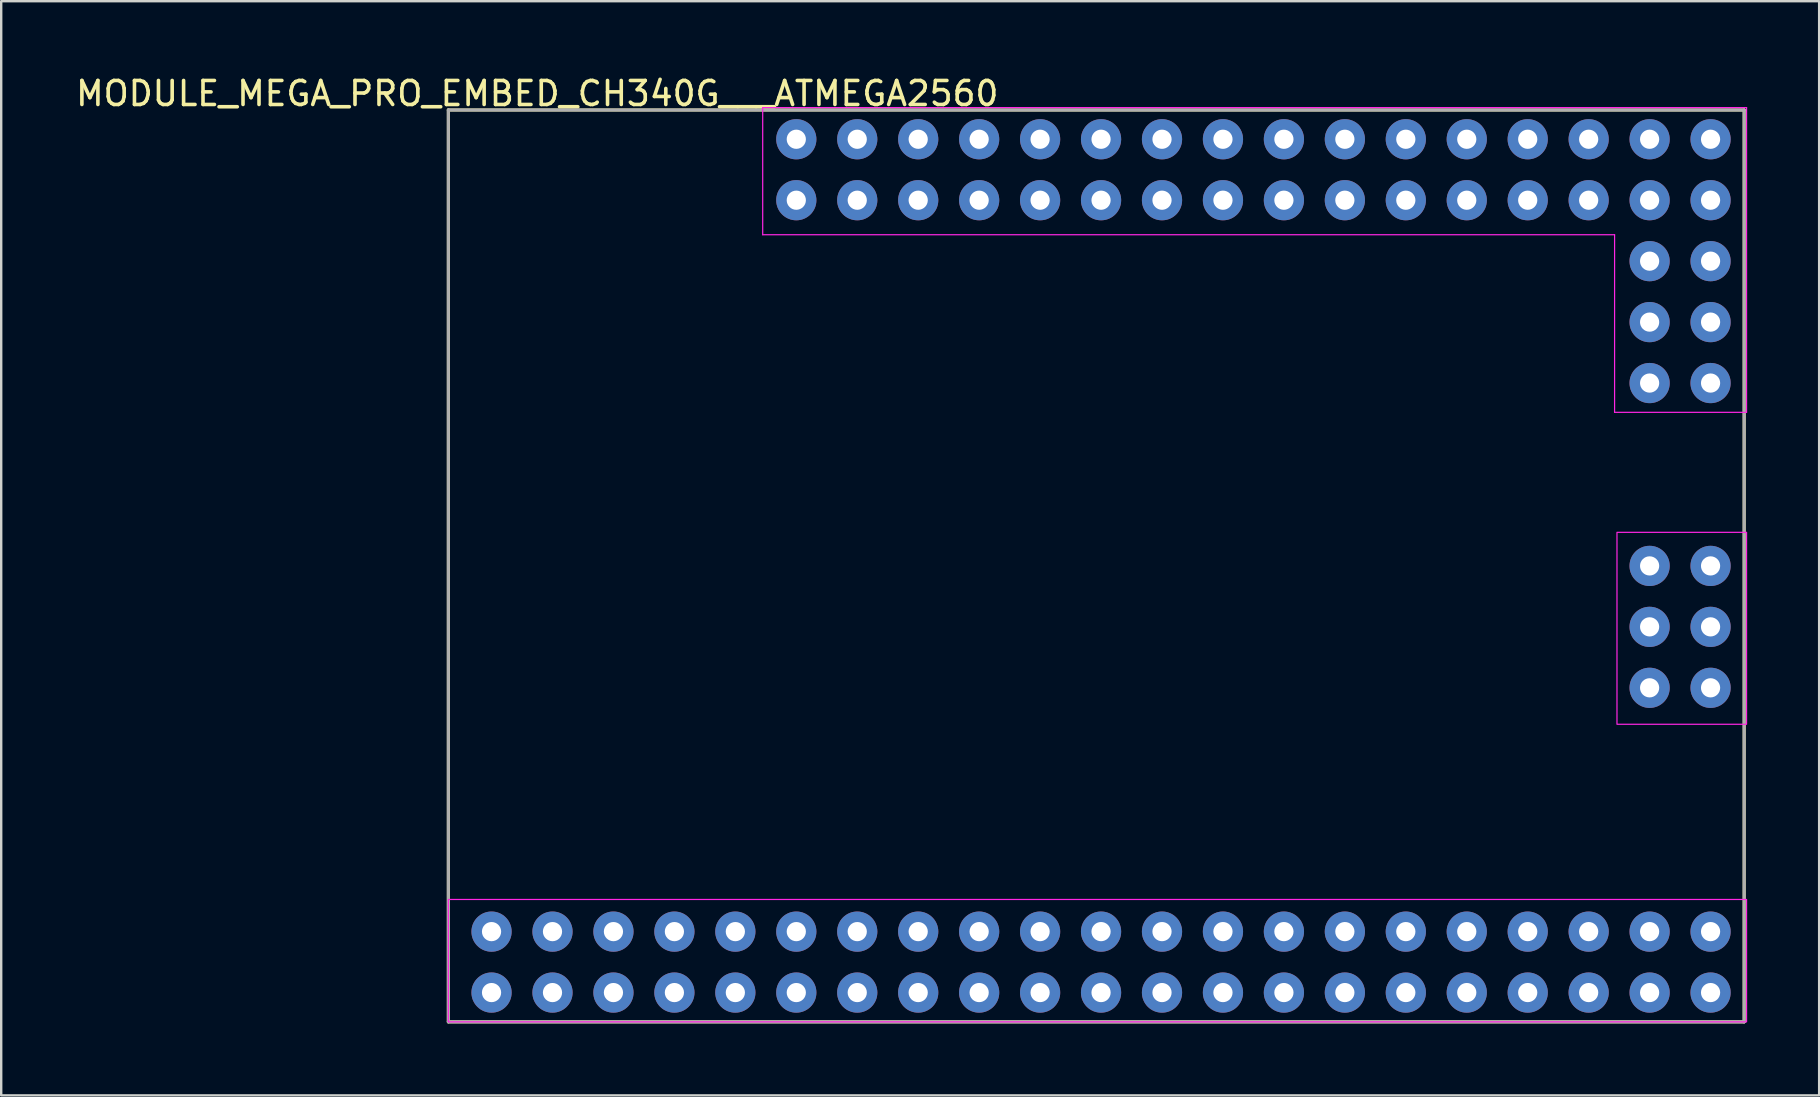
<source format=kicad_pcb>
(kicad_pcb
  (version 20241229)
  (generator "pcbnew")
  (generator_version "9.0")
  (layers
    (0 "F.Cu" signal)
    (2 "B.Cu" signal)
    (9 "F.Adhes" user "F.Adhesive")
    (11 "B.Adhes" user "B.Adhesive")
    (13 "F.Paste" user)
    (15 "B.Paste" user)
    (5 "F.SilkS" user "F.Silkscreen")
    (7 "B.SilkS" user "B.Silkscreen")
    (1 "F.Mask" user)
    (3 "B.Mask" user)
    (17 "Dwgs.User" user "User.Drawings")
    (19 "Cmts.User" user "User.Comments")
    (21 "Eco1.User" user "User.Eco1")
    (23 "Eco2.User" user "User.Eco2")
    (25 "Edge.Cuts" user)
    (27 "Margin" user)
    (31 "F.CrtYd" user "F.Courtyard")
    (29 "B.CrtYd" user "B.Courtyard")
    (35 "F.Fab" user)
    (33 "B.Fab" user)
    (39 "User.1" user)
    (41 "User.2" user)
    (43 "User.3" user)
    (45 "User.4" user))
  (footprint "MODULE_MEGA_PRO_EMBED_CH340G___ATMEGA2560"
    (layer "F.Cu")
    (at 42.634 20.533)
    (property "Reference" "MODULE_MEGA_PRO_EMBED_CH340G___ATMEGA2560" (at -23.295 -19.685 0) (layer "F.SilkS") (effects (font (size 1 1) (thickness 0.15))))
    (attr through_hole)
    (fp_line (start -27 -19) (end 27 -19) (stroke (width 0.127) (type solid)) (layer "F.SilkS"))
    (fp_line (start -27 19) (end -27 -19) (stroke (width 0.127) (type solid)) (layer "F.SilkS"))
    (fp_line (start -27 19) (end 27 19) (stroke (width 0.127) (type solid)) (layer "F.SilkS"))
    (fp_line (start 27 19) (end 27 -19) (stroke (width 0.127) (type solid)) (layer "F.SilkS"))
    (fp_line (start -13.9 -19.1) (end -13.9 -13.8) (stroke (width 0.05) (type solid)) (layer "F.CrtYd"))
    (fp_line (start -13.9 -13.8) (end 21.6 -13.8) (stroke (width 0.05) (type solid)) (layer "F.CrtYd"))
    (fp_line (start 21.6 -13.8) (end 21.6 -6.4) (stroke (width 0.05) (type solid)) (layer "F.CrtYd"))
    (fp_line (start 21.6 -6.4) (end 27.1 -6.4) (stroke (width 0.05) (type solid)) (layer "F.CrtYd"))
    (fp_line (start 27.1 -19.1) (end -13.9 -19.1) (stroke (width 0.05) (type solid)) (layer "F.CrtYd"))
    (fp_line (start 27.1 -6.4) (end 27.1 -19.1) (stroke (width 0.05) (type solid)) (layer "F.CrtYd"))
    (fp_rect (start -27 13.9) (end 27.1 19) (stroke (width 0.05) (type solid)) (fill no) (layer "F.CrtYd"))
    (fp_rect (start 21.7 -1.4) (end 27.1 6.6) (stroke (width 0.05) (type solid)) (fill no) (layer "F.CrtYd"))
    (fp_line (start -27 -19) (end 27 -19) (stroke (width 0.127) (type solid)) (layer "F.Fab"))
    (fp_line (start -27 19) (end -27 -19) (stroke (width 0.127) (type solid)) (layer "F.Fab"))
    (fp_line (start -27 19) (end 27 19) (stroke (width 0.127) (type solid)) (layer "F.Fab"))
    (fp_line (start 27 19) (end 27 -19) (stroke (width 0.127) (type solid)) (layer "F.Fab"))
    (pad "3V3_1" thru_hole circle (at -17.58 17.78) (size 1.676 1.676) (drill 0.8) (layers "*.Cu" "*.Mask"))
    (pad "3V3_2" thru_hole circle (at -17.58 15.24) (size 1.676 1.676) (drill 0.8) (layers "*.Cu" "*.Mask"))
    (pad "5V_1" thru_hole circle (at -20.12 17.78) (size 1.676 1.676) (drill 0.8) (layers "*.Cu" "*.Mask"))
    (pad "5V_2" thru_hole circle (at -20.12 15.24) (size 1.676 1.676) (drill 0.8) (layers "*.Cu" "*.Mask"))
    (pad "5V_3" thru_hole circle (at 25.6 0) (size 1.676 1.676) (drill 0.8) (layers "*.Cu" "*.Mask"))
    (pad "A0" thru_hole circle (at -12.5 -17.78) (size 1.676 1.676) (drill 0.8) (layers "*.Cu" "*.Mask"))
    (pad "A1" thru_hole circle (at -12.5 -15.24) (size 1.676 1.676) (drill 0.8) (layers "*.Cu" "*.Mask"))
    (pad "A2" thru_hole circle (at -9.96 -17.78) (size 1.676 1.676) (drill 0.8) (layers "*.Cu" "*.Mask"))
    (pad "A3" thru_hole circle (at -9.96 -15.24) (size 1.676 1.676) (drill 0.8) (layers "*.Cu" "*.Mask"))
    (pad "A4" thru_hole circle (at -7.42 -17.78) (size 1.676 1.676) (drill 0.8) (layers "*.Cu" "*.Mask"))
    (pad "A5" thru_hole circle (at -7.42 -15.24) (size 1.676 1.676) (drill 0.8) (layers "*.Cu" "*.Mask"))
    (pad "A6" thru_hole circle (at -4.88 -17.78) (size 1.676 1.676) (drill 0.8) (layers "*.Cu" "*.Mask"))
    (pad "A7" thru_hole circle (at -4.88 -15.24) (size 1.676 1.676) (drill 0.8) (layers "*.Cu" "*.Mask"))
    (pad "A8" thru_hole circle (at -2.34 -17.78) (size 1.676 1.676) (drill 0.8) (layers "*.Cu" "*.Mask"))
    (pad "A9" thru_hole circle (at -2.34 -15.24) (size 1.676 1.676) (drill 0.8) (layers "*.Cu" "*.Mask"))
    (pad "A10" thru_hole circle (at 0.2 -17.78) (size 1.676 1.676) (drill 0.8) (layers "*.Cu" "*.Mask"))
    (pad "A11" thru_hole circle (at 0.2 -15.24) (size 1.676 1.676) (drill 0.8) (layers "*.Cu" "*.Mask"))
    (pad "A12" thru_hole circle (at 2.74 -17.78) (size 1.676 1.676) (drill 0.8) (layers "*.Cu" "*.Mask"))
    (pad "A13" thru_hole circle (at 2.74 -15.24) (size 1.676 1.676) (drill 0.8) (layers "*.Cu" "*.Mask"))
    (pad "A14" thru_hole circle (at 5.28 -17.78) (size 1.676 1.676) (drill 0.8) (layers "*.Cu" "*.Mask"))
    (pad "A15" thru_hole circle (at 5.28 -15.24) (size 1.676 1.676) (drill 0.8) (layers "*.Cu" "*.Mask"))
    (pad "AREF" thru_hole circle (at -15.04 15.24) (size 1.676 1.676) (drill 0.8) (layers "*.Cu" "*.Mask"))
    (pad "D2" thru_hole circle (at -9.96 15.24) (size 1.676 1.676) (drill 0.8) (layers "*.Cu" "*.Mask"))
    (pad "D3" thru_hole circle (at -9.96 17.78) (size 1.676 1.676) (drill 0.8) (layers "*.Cu" "*.Mask"))
    (pad "D4" thru_hole circle (at -7.42 15.24) (size 1.676 1.676) (drill 0.8) (layers "*.Cu" "*.Mask"))
    (pad "D5" thru_hole circle (at -7.42 17.78) (size 1.676 1.676) (drill 0.8) (layers "*.Cu" "*.Mask"))
    (pad "D6" thru_hole circle (at -4.88 15.24) (size 1.676 1.676) (drill 0.8) (layers "*.Cu" "*.Mask"))
    (pad "D7" thru_hole circle (at -4.88 17.78) (size 1.676 1.676) (drill 0.8) (layers "*.Cu" "*.Mask"))
    (pad "D8" thru_hole circle (at -2.34 15.24) (size 1.676 1.676) (drill 0.8) (layers "*.Cu" "*.Mask"))
    (pad "D9" thru_hole circle (at -2.34 17.78) (size 1.676 1.676) (drill 0.8) (layers "*.Cu" "*.Mask"))
    (pad "D10" thru_hole circle (at 0.2 15.24) (size 1.676 1.676) (drill 0.8) (layers "*.Cu" "*.Mask"))
    (pad "D11" thru_hole circle (at 0.2 17.78) (size 1.676 1.676) (drill 0.8) (layers "*.Cu" "*.Mask"))
    (pad "D12" thru_hole circle (at 2.74 15.24) (size 1.676 1.676) (drill 0.8) (layers "*.Cu" "*.Mask"))
    (pad "D13" thru_hole circle (at 2.74 17.78) (size 1.676 1.676) (drill 0.8) (layers "*.Cu" "*.Mask"))
    (pad "D14" thru_hole circle (at 5.28 15.24) (size 1.676 1.676) (drill 0.8) (layers "*.Cu" "*.Mask"))
    (pad "D15" thru_hole circle (at 5.28 17.78) (size 1.676 1.676) (drill 0.8) (layers "*.Cu" "*.Mask"))
    (pad "D16" thru_hole circle (at 7.82 15.24) (size 1.676 1.676) (drill 0.8) (layers "*.Cu" "*.Mask"))
    (pad "D17" thru_hole circle (at 7.82 17.78) (size 1.676 1.676) (drill 0.8) (layers "*.Cu" "*.Mask"))
    (pad "D18" thru_hole circle (at 10.36 15.24) (size 1.676 1.676) (drill 0.8) (layers "*.Cu" "*.Mask"))
    (pad "D19" thru_hole circle (at 10.36 17.78) (size 1.676 1.676) (drill 0.8) (layers "*.Cu" "*.Mask"))
    (pad "D20" thru_hole circle (at 12.9 15.24) (size 1.676 1.676) (drill 0.8) (layers "*.Cu" "*.Mask"))
    (pad "D21" thru_hole circle (at 12.9 17.78) (size 1.676 1.676) (drill 0.8) (layers "*.Cu" "*.Mask"))
    (pad "D22" thru_hole circle (at 15.44 15.24) (size 1.676 1.676) (drill 0.8) (layers "*.Cu" "*.Mask"))
    (pad "D23" thru_hole circle (at 15.44 17.78) (size 1.676 1.676) (drill 0.8) (layers "*.Cu" "*.Mask"))
    (pad "D24" thru_hole circle (at 17.98 15.24) (size 1.676 1.676) (drill 0.8) (layers "*.Cu" "*.Mask"))
    (pad "D25" thru_hole circle (at 17.98 17.78) (size 1.676 1.676) (drill 0.8) (layers "*.Cu" "*.Mask"))
    (pad "D26" thru_hole circle (at 20.52 15.24) (size 1.676 1.676) (drill 0.8) (layers "*.Cu" "*.Mask"))
    (pad "D27" thru_hole circle (at 20.52 17.78) (size 1.676 1.676) (drill 0.8) (layers "*.Cu" "*.Mask"))
    (pad "D28" thru_hole circle (at 23.06 15.24) (size 1.676 1.676) (drill 0.8) (layers "*.Cu" "*.Mask"))
    (pad "D29" thru_hole circle (at 23.06 17.78) (size 1.676 1.676) (drill 0.8) (layers "*.Cu" "*.Mask"))
    (pad "D30" thru_hole circle (at 25.6 15.24) (size 1.676 1.676) (drill 0.8) (layers "*.Cu" "*.Mask"))
    (pad "D31" thru_hole circle (at 25.6 17.78) (size 1.676 1.676) (drill 0.8) (layers "*.Cu" "*.Mask"))
    (pad "D32" thru_hole circle (at 7.82 -17.78) (size 1.676 1.676) (drill 0.8) (layers "*.Cu" "*.Mask"))
    (pad "D33" thru_hole circle (at 7.82 -15.24) (size 1.676 1.676) (drill 0.8) (layers "*.Cu" "*.Mask"))
    (pad "D34" thru_hole circle (at 10.36 -17.78) (size 1.676 1.676) (drill 0.8) (layers "*.Cu" "*.Mask"))
    (pad "D35" thru_hole circle (at 10.36 -15.24) (size 1.676 1.676) (drill 0.8) (layers "*.Cu" "*.Mask"))
    (pad "D36" thru_hole circle (at 12.9 -17.78) (size 1.676 1.676) (drill 0.8) (layers "*.Cu" "*.Mask"))
    (pad "D37" thru_hole circle (at 12.9 -15.24) (size 1.676 1.676) (drill 0.8) (layers "*.Cu" "*.Mask"))
    (pad "D38" thru_hole circle (at 15.44 -17.78) (size 1.676 1.676) (drill 0.8) (layers "*.Cu" "*.Mask"))
    (pad "D39" thru_hole circle (at 15.44 -15.24) (size 1.676 1.676) (drill 0.8) (layers "*.Cu" "*.Mask"))
    (pad "D40" thru_hole circle (at 17.98 -17.78) (size 1.676 1.676) (drill 0.8) (layers "*.Cu" "*.Mask"))
    (pad "D41" thru_hole circle (at 17.98 -15.24) (size 1.676 1.676) (drill 0.8) (layers "*.Cu" "*.Mask"))
    (pad "D42" thru_hole circle (at 20.52 -17.78) (size 1.676 1.676) (drill 0.8) (layers "*.Cu" "*.Mask"))
    (pad "D43" thru_hole circle (at 20.52 -15.24) (size 1.676 1.676) (drill 0.8) (layers "*.Cu" "*.Mask"))
    (pad "D44" thru_hole circle (at 23.06 -17.78) (size 1.676 1.676) (drill 0.8) (layers "*.Cu" "*.Mask"))
    (pad "D45" thru_hole circle (at 23.06 -15.24) (size 1.676 1.676) (drill 0.8) (layers "*.Cu" "*.Mask"))
    (pad "D46" thru_hole circle (at 25.6 -17.78) (size 1.676 1.676) (drill 0.8) (layers "*.Cu" "*.Mask"))
    (pad "D47" thru_hole circle (at 25.6 -15.24) (size 1.676 1.676) (drill 0.8) (layers "*.Cu" "*.Mask"))
    (pad "D48" thru_hole circle (at 25.6 -12.7) (size 1.676 1.676) (drill 0.8) (layers "*.Cu" "*.Mask"))
    (pad "D49" thru_hole circle (at 23.06 -12.7) (size 1.676 1.676) (drill 0.8) (layers "*.Cu" "*.Mask"))
    (pad "D50" thru_hole circle (at 25.6 -10.16) (size 1.676 1.676) (drill 0.8) (layers "*.Cu" "*.Mask"))
    (pad "D51" thru_hole circle (at 23.06 -10.16) (size 1.676 1.676) (drill 0.8) (layers "*.Cu" "*.Mask"))
    (pad "D52" thru_hole circle (at 25.6 -7.62) (size 1.676 1.676) (drill 0.8) (layers "*.Cu" "*.Mask"))
    (pad "D53" thru_hole circle (at 23.06 -7.62) (size 1.676 1.676) (drill 0.8) (layers "*.Cu" "*.Mask"))
    (pad "GND_1" thru_hole circle (at -22.66 17.78) (size 1.676 1.676) (drill 0.8) (layers "*.Cu" "*.Mask"))
    (pad "GND_2" thru_hole circle (at -22.66 15.24) (size 1.676 1.676) (drill 0.8) (layers "*.Cu" "*.Mask"))
    (pad "GND_3" thru_hole circle (at 25.6 5.08) (size 1.676 1.676) (drill 0.8) (layers "*.Cu" "*.Mask"))
    (pad "MISO" thru_hole circle (at 23.06 0) (size 1.676 1.676) (drill 0.8) (layers "*.Cu" "*.Mask"))
    (pad "MOSI" thru_hole circle (at 25.6 2.54) (size 1.676 1.676) (drill 0.8) (layers "*.Cu" "*.Mask"))
    (pad "RESET" thru_hole circle (at 23.06 5.08) (size 1.676 1.676) (drill 0.8) (layers "*.Cu" "*.Mask"))
    (pad "RST" thru_hole circle (at -15.04 17.78) (size 1.676 1.676) (drill 0.8) (layers "*.Cu" "*.Mask"))
    (pad "RX" thru_hole circle (at -12.5 15.24) (size 1.676 1.676) (drill 0.8) (layers "*.Cu" "*.Mask"))
    (pad "SCK" thru_hole circle (at 23.06 2.54) (size 1.676 1.676) (drill 0.8) (layers "*.Cu" "*.Mask"))
    (pad "TX" thru_hole circle (at -12.5 17.78) (size 1.676 1.676) (drill 0.8) (layers "*.Cu" "*.Mask"))
    (pad "VIN_1" thru_hole circle (at -25.2 17.78) (size 1.676 1.676) (drill 0.8) (layers "*.Cu" "*.Mask"))
    (pad "VIN_2" thru_hole circle (at -25.2 15.24) (size 1.676 1.676) (drill 0.8) (layers "*.Cu" "*.Mask")))
  (gr_rect
    (start -3 -3)
    (end 72.759 42.597)
    (stroke (width 0.1) (type default))
    (fill no)
    (layer "Edge.Cuts")))
</source>
